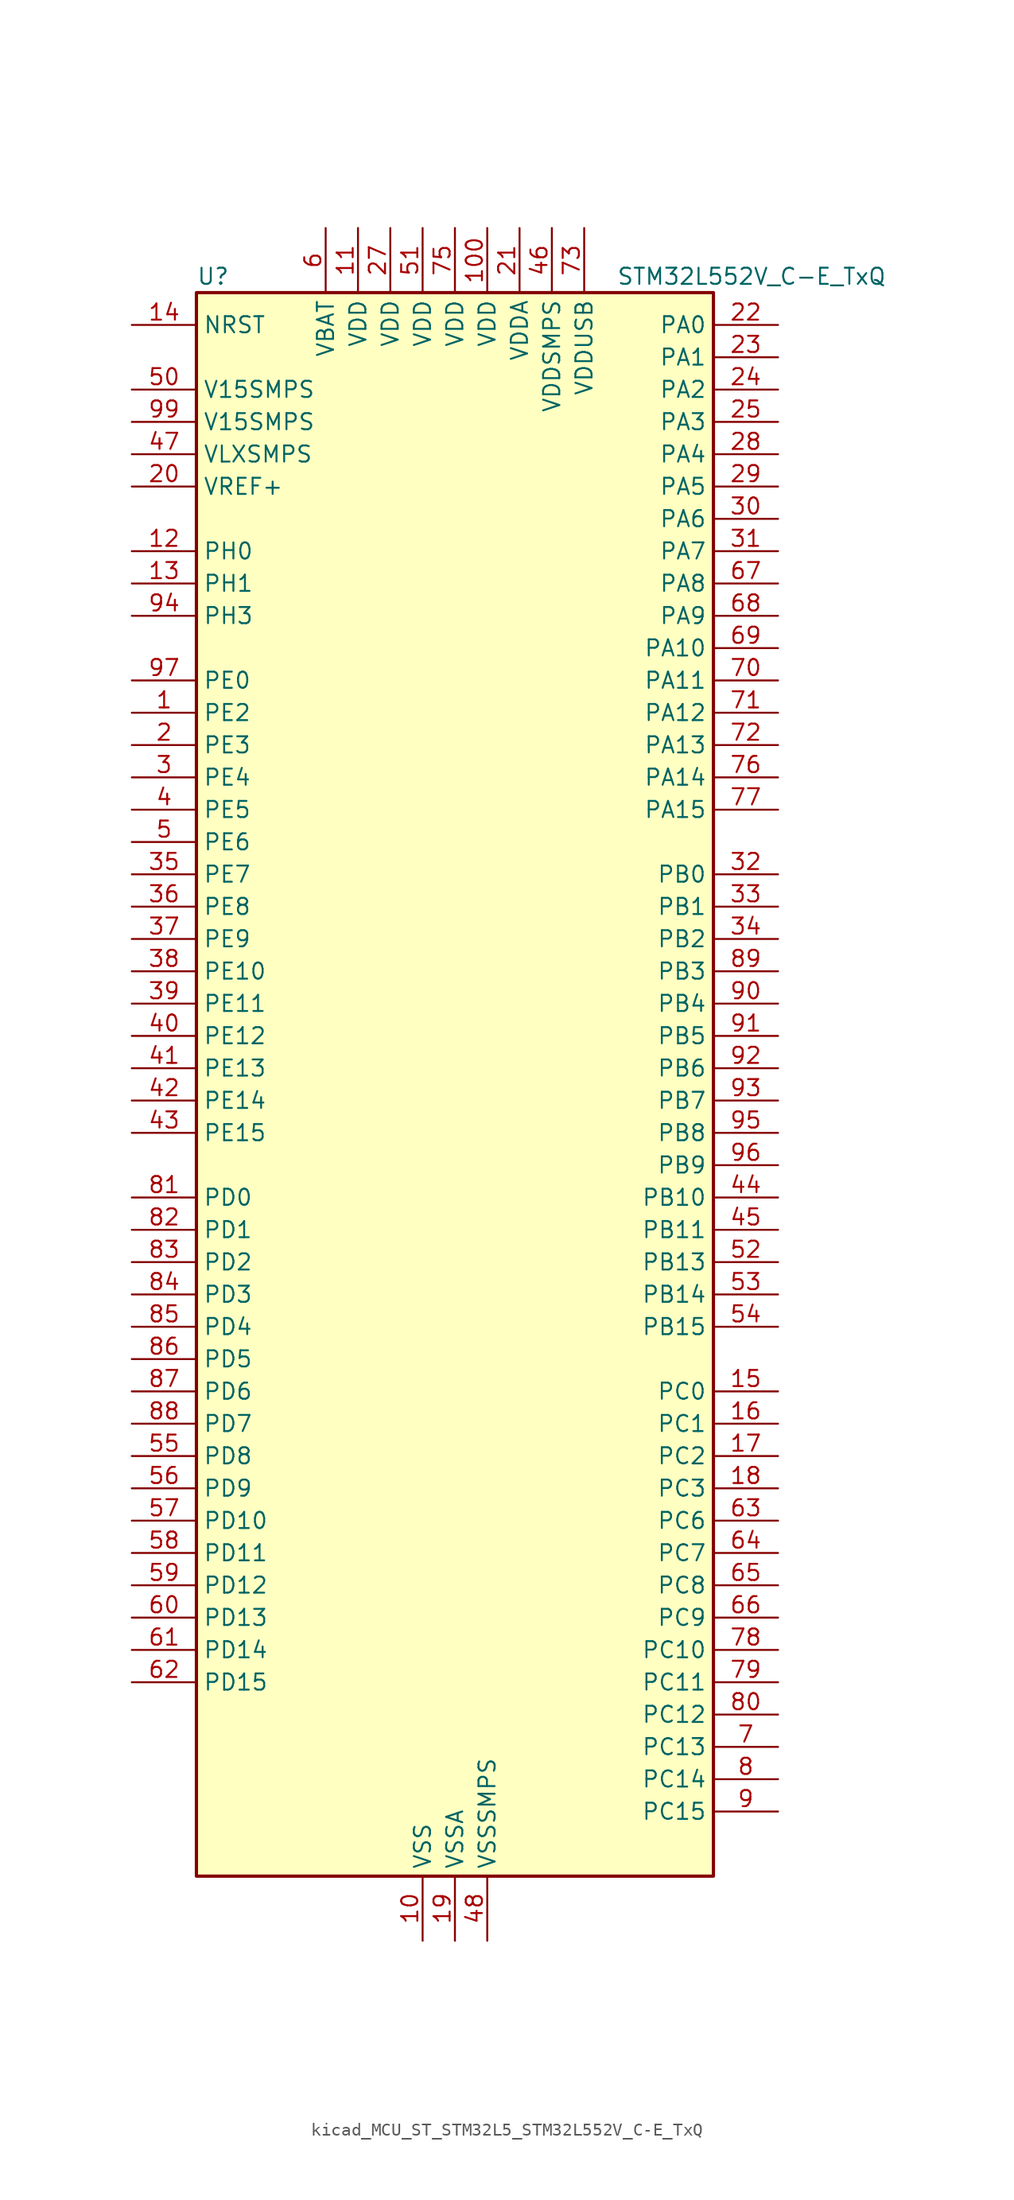
<source format=kicad_sym>
(kicad_symbol_lib
  (version 20220914)
  (generator kicad_symbol_editor)
  (symbol "kicad_MCU_ST_STM32L5_STM32L552V_C-E_TxQ"
    (property "Reference" "U"
      (at -20.32 64.77 0)
      (effects (font (size 1.27 1.27)) (justify left)))
    (property "Value" "STM32L552V_C-E_TxQ"
      (at 12.7 64.77 0)
      (effects (font (size 1.27 1.27)) (justify left)))
    (property "ki_locked" ""
      (at 0 0 0)
      (effects (font (size 1.27 1.27))))
    (symbol "kicad_MCU_ST_STM32L5_STM32L552V_C-E_TxQ_0_1"
      (rectangle (start -20.32 -60.96) (end 20.32 63.5) (stroke (width 0.254) (type default)) (fill (type background))))
    (symbol "kicad_MCU_ST_STM32L5_STM32L552V_C-E_TxQ_1_1"
      (pin bidirectional line (at -25.4 30.48 0) (length 5.08) (name "PE2" (effects (font (size 1.27 1.27)))) (number "1" (effects (font (size 1.27 1.27)))) (alternate "DEBUG_TRACECLK" bidirectional line) (alternate "FMC_A23" bidirectional line) (alternate "SAI1_CK1" bidirectional line) (alternate "SAI1_MCLK_A" bidirectional line) (alternate "TIM3_ETR" bidirectional line) (alternate "TSC_G7_IO1" bidirectional line))
      (pin power_in line (at -2.54 -66.04 90) (length 5.08) (name "VSS" (effects (font (size 1.27 1.27)))) (number "10" (effects (font (size 1.27 1.27)))))
      (pin power_in line (at 2.54 68.58 270) (length 5.08) (name "VDD" (effects (font (size 1.27 1.27)))) (number "100" (effects (font (size 1.27 1.27)))))
      (pin power_in line (at -7.62 68.58 270) (length 5.08) (name "VDD" (effects (font (size 1.27 1.27)))) (number "11" (effects (font (size 1.27 1.27)))))
      (pin bidirectional line (at -25.4 43.18 0) (length 5.08) (name "PH0" (effects (font (size 1.27 1.27)))) (number "12" (effects (font (size 1.27 1.27)))) (alternate "RCC_OSC_IN" bidirectional line))
      (pin bidirectional line (at -25.4 40.64 0) (length 5.08) (name "PH1" (effects (font (size 1.27 1.27)))) (number "13" (effects (font (size 1.27 1.27)))) (alternate "RCC_OSC_OUT" bidirectional line))
      (pin input line (at -25.4 60.96 0) (length 5.08) (name "NRST" (effects (font (size 1.27 1.27)))) (number "14" (effects (font (size 1.27 1.27)))))
      (pin bidirectional line (at 25.4 -22.86 180) (length 5.08) (name "PC0" (effects (font (size 1.27 1.27)))) (number "15" (effects (font (size 1.27 1.27)))) (alternate "ADC1_IN1" bidirectional line) (alternate "ADC2_IN1" bidirectional line) (alternate "I2C3_SCL" bidirectional line) (alternate "LPTIM1_IN1" bidirectional line) (alternate "LPTIM2_IN1" bidirectional line) (alternate "LPUART1_RX" bidirectional line) (alternate "OCTOSPI1_IO7" bidirectional line) (alternate "SAI2_FS_A" bidirectional line) (alternate "SDMMC1_D5" bidirectional line))
      (pin bidirectional line (at 25.4 -25.4 180) (length 5.08) (name "PC1" (effects (font (size 1.27 1.27)))) (number "16" (effects (font (size 1.27 1.27)))) (alternate "ADC1_IN2" bidirectional line) (alternate "ADC2_IN2" bidirectional line) (alternate "DEBUG_TRACED0" bidirectional line) (alternate "I2C3_SDA" bidirectional line) (alternate "LPTIM1_OUT" bidirectional line) (alternate "LPUART1_TX" bidirectional line) (alternate "OCTOSPI1_IO4" bidirectional line) (alternate "SAI1_SD_A" bidirectional line) (alternate "SPI2_MOSI" bidirectional line))
      (pin bidirectional line (at 25.4 -27.94 180) (length 5.08) (name "PC2" (effects (font (size 1.27 1.27)))) (number "17" (effects (font (size 1.27 1.27)))) (alternate "ADC1_IN3" bidirectional line) (alternate "ADC2_IN3" bidirectional line) (alternate "DFSDM1_CKOUT" bidirectional line) (alternate "LPTIM1_IN2" bidirectional line) (alternate "OCTOSPI1_IO5" bidirectional line) (alternate "SPI2_MISO" bidirectional line))
      (pin bidirectional line (at 25.4 -30.48 180) (length 5.08) (name "PC3" (effects (font (size 1.27 1.27)))) (number "18" (effects (font (size 1.27 1.27)))) (alternate "ADC1_IN4" bidirectional line) (alternate "ADC2_IN4" bidirectional line) (alternate "LPTIM1_ETR" bidirectional line) (alternate "LPTIM2_ETR" bidirectional line) (alternate "LPTIM3_OUT" bidirectional line) (alternate "OCTOSPI1_IO6" bidirectional line) (alternate "SAI1_D1" bidirectional line) (alternate "SAI1_SD_A" bidirectional line) (alternate "SPI2_MOSI" bidirectional line))
      (pin power_in line (at 0 -66.04 90) (length 5.08) (name "VSSA" (effects (font (size 1.27 1.27)))) (number "19" (effects (font (size 1.27 1.27)))))
      (pin bidirectional line (at -25.4 27.94 0) (length 5.08) (name "PE3" (effects (font (size 1.27 1.27)))) (number "2" (effects (font (size 1.27 1.27)))) (alternate "DEBUG_TRACED0" bidirectional line) (alternate "FMC_A19" bidirectional line) (alternate "OCTOSPI1_DQS" bidirectional line) (alternate "SAI1_SD_B" bidirectional line) (alternate "TIM3_CH1" bidirectional line) (alternate "TSC_G7_IO2" bidirectional line))
      (pin input line (at -25.4 48.26 0) (length 5.08) (name "VREF+" (effects (font (size 1.27 1.27)))) (number "20" (effects (font (size 1.27 1.27)))))
      (pin power_in line (at 5.08 68.58 270) (length 5.08) (name "VDDA" (effects (font (size 1.27 1.27)))) (number "21" (effects (font (size 1.27 1.27)))))
      (pin bidirectional line (at 25.4 60.96 180) (length 5.08) (name "PA0" (effects (font (size 1.27 1.27)))) (number "22" (effects (font (size 1.27 1.27)))) (alternate "ADC1_IN5" bidirectional line) (alternate "ADC2_IN5" bidirectional line) (alternate "OPAMP1_VINP" bidirectional line) (alternate "PWR_WKUP1" bidirectional line) (alternate "SAI1_EXTCLK" bidirectional line) (alternate "TAMP_IN2" bidirectional line) (alternate "TAMP_OUT1" bidirectional line) (alternate "TIM2_CH1" bidirectional line) (alternate "TIM2_ETR" bidirectional line) (alternate "TIM5_CH1" bidirectional line) (alternate "TIM8_ETR" bidirectional line) (alternate "UART4_TX" bidirectional line) (alternate "USART2_CTS" bidirectional line) (alternate "USART2_NSS" bidirectional line))
      (pin bidirectional line (at 25.4 58.42 180) (length 5.08) (name "PA1" (effects (font (size 1.27 1.27)))) (number "23" (effects (font (size 1.27 1.27)))) (alternate "ADC1_IN6" bidirectional line) (alternate "ADC2_IN6" bidirectional line) (alternate "I2C1_SMBA" bidirectional line) (alternate "OCTOSPI1_DQS" bidirectional line) (alternate "OPAMP1_VINM" bidirectional line) (alternate "SPI1_SCK" bidirectional line) (alternate "TAMP_IN5" bidirectional line) (alternate "TAMP_OUT4" bidirectional line) (alternate "TIM15_CH1N" bidirectional line) (alternate "TIM2_CH2" bidirectional line) (alternate "TIM5_CH2" bidirectional line) (alternate "UART4_RX" bidirectional line) (alternate "USART2_DE" bidirectional line) (alternate "USART2_RTS" bidirectional line))
      (pin bidirectional line (at 25.4 55.88 180) (length 5.08) (name "PA2" (effects (font (size 1.27 1.27)))) (number "24" (effects (font (size 1.27 1.27)))) (alternate "ADC1_IN7" bidirectional line) (alternate "ADC2_IN7" bidirectional line) (alternate "COMP1_INP" bidirectional line) (alternate "LPUART1_TX" bidirectional line) (alternate "OCTOSPI1_NCS" bidirectional line) (alternate "PWR_WKUP4" bidirectional line) (alternate "RCC_LSCO" bidirectional line) (alternate "SAI2_EXTCLK" bidirectional line) (alternate "TIM15_CH1" bidirectional line) (alternate "TIM2_CH3" bidirectional line) (alternate "TIM5_CH3" bidirectional line) (alternate "UCPD1_FRSTX1" bidirectional line) (alternate "USART2_TX" bidirectional line))
      (pin bidirectional line (at 25.4 53.34 180) (length 5.08) (name "PA3" (effects (font (size 1.27 1.27)))) (number "25" (effects (font (size 1.27 1.27)))) (alternate "ADC1_IN8" bidirectional line) (alternate "ADC2_IN8" bidirectional line) (alternate "LPUART1_RX" bidirectional line) (alternate "OCTOSPI1_CLK" bidirectional line) (alternate "OPAMP1_VOUT" bidirectional line) (alternate "SAI1_CK1" bidirectional line) (alternate "SAI1_MCLK_A" bidirectional line) (alternate "TIM15_CH2" bidirectional line) (alternate "TIM2_CH4" bidirectional line) (alternate "TIM5_CH4" bidirectional line) (alternate "USART2_RX" bidirectional line))
      (pin passive line (at -2.54 -66.04 90) (length 5.08) hide (name "VSS" (effects (font (size 1.27 1.27)))) (number "26" (effects (font (size 1.27 1.27)))))
      (pin power_in line (at -5.08 68.58 270) (length 5.08) (name "VDD" (effects (font (size 1.27 1.27)))) (number "27" (effects (font (size 1.27 1.27)))))
      (pin bidirectional line (at 25.4 50.8 180) (length 5.08) (name "PA4" (effects (font (size 1.27 1.27)))) (number "28" (effects (font (size 1.27 1.27)))) (alternate "ADC1_IN9" bidirectional line) (alternate "ADC2_IN9" bidirectional line) (alternate "DAC1_OUT1" bidirectional line) (alternate "LPTIM2_OUT" bidirectional line) (alternate "OCTOSPI1_NCS" bidirectional line) (alternate "SAI1_FS_B" bidirectional line) (alternate "SPI1_NSS" bidirectional line) (alternate "SPI3_NSS" bidirectional line) (alternate "USART2_CK" bidirectional line))
      (pin bidirectional line (at 25.4 48.26 180) (length 5.08) (name "PA5" (effects (font (size 1.27 1.27)))) (number "29" (effects (font (size 1.27 1.27)))) (alternate "ADC1_IN10" bidirectional line) (alternate "ADC2_IN10" bidirectional line) (alternate "DAC1_OUT2" bidirectional line) (alternate "LPTIM2_ETR" bidirectional line) (alternate "SPI1_SCK" bidirectional line) (alternate "TIM2_CH1" bidirectional line) (alternate "TIM2_ETR" bidirectional line) (alternate "TIM8_CH1N" bidirectional line))
      (pin bidirectional line (at -25.4 25.4 0) (length 5.08) (name "PE4" (effects (font (size 1.27 1.27)))) (number "3" (effects (font (size 1.27 1.27)))) (alternate "DEBUG_TRACED1" bidirectional line) (alternate "DFSDM1_DATIN3" bidirectional line) (alternate "FMC_A20" bidirectional line) (alternate "SAI1_D2" bidirectional line) (alternate "SAI1_FS_A" bidirectional line) (alternate "TIM3_CH2" bidirectional line) (alternate "TSC_G7_IO3" bidirectional line))
      (pin bidirectional line (at 25.4 45.72 180) (length 5.08) (name "PA6" (effects (font (size 1.27 1.27)))) (number "30" (effects (font (size 1.27 1.27)))) (alternate "ADC1_IN11" bidirectional line) (alternate "ADC2_IN11" bidirectional line) (alternate "LPUART1_CTS" bidirectional line) (alternate "OCTOSPI1_IO3" bidirectional line) (alternate "OPAMP2_VINP" bidirectional line) (alternate "SPI1_MISO" bidirectional line) (alternate "TIM16_CH1" bidirectional line) (alternate "TIM1_BKIN" bidirectional line) (alternate "TIM3_CH1" bidirectional line) (alternate "TIM8_BKIN" bidirectional line) (alternate "USART3_CTS" bidirectional line) (alternate "USART3_NSS" bidirectional line))
      (pin bidirectional line (at 25.4 43.18 180) (length 5.08) (name "PA7" (effects (font (size 1.27 1.27)))) (number "31" (effects (font (size 1.27 1.27)))) (alternate "ADC1_IN12" bidirectional line) (alternate "ADC2_IN12" bidirectional line) (alternate "I2C3_SCL" bidirectional line) (alternate "OCTOSPI1_IO2" bidirectional line) (alternate "OPAMP2_VINM" bidirectional line) (alternate "SPI1_MOSI" bidirectional line) (alternate "TIM17_CH1" bidirectional line) (alternate "TIM1_CH1N" bidirectional line) (alternate "TIM3_CH2" bidirectional line) (alternate "TIM8_CH1N" bidirectional line))
      (pin bidirectional line (at 25.4 17.78 180) (length 5.08) (name "PB0" (effects (font (size 1.27 1.27)))) (number "32" (effects (font (size 1.27 1.27)))) (alternate "ADC1_IN15" bidirectional line) (alternate "ADC2_IN15" bidirectional line) (alternate "COMP1_OUT" bidirectional line) (alternate "OCTOSPI1_IO1" bidirectional line) (alternate "OPAMP2_VOUT" bidirectional line) (alternate "SAI1_EXTCLK" bidirectional line) (alternate "SPI1_NSS" bidirectional line) (alternate "TIM1_CH2N" bidirectional line) (alternate "TIM3_CH3" bidirectional line) (alternate "TIM8_CH2N" bidirectional line) (alternate "USART3_CK" bidirectional line))
      (pin bidirectional line (at 25.4 15.24 180) (length 5.08) (name "PB1" (effects (font (size 1.27 1.27)))) (number "33" (effects (font (size 1.27 1.27)))) (alternate "ADC1_IN16" bidirectional line) (alternate "ADC2_IN16" bidirectional line) (alternate "COMP1_INM" bidirectional line) (alternate "DFSDM1_DATIN0" bidirectional line) (alternate "LPTIM2_IN1" bidirectional line) (alternate "LPUART1_DE" bidirectional line) (alternate "LPUART1_RTS" bidirectional line) (alternate "OCTOSPI1_IO0" bidirectional line) (alternate "TIM1_CH3N" bidirectional line) (alternate "TIM3_CH4" bidirectional line) (alternate "TIM8_CH3N" bidirectional line) (alternate "USART3_DE" bidirectional line) (alternate "USART3_RTS" bidirectional line))
      (pin bidirectional line (at 25.4 12.7 180) (length 5.08) (name "PB2" (effects (font (size 1.27 1.27)))) (number "34" (effects (font (size 1.27 1.27)))) (alternate "COMP1_INP" bidirectional line) (alternate "DFSDM1_CKIN0" bidirectional line) (alternate "I2C3_SMBA" bidirectional line) (alternate "LPTIM1_OUT" bidirectional line) (alternate "OCTOSPI1_DQS" bidirectional line) (alternate "RTC_OUT2" bidirectional line) (alternate "UCPD1_FRSTX1" bidirectional line))
      (pin bidirectional line (at -25.4 17.78 0) (length 5.08) (name "PE7" (effects (font (size 1.27 1.27)))) (number "35" (effects (font (size 1.27 1.27)))) (alternate "DFSDM1_DATIN2" bidirectional line) (alternate "FMC_D4" bidirectional line) (alternate "FMC_DA4" bidirectional line) (alternate "SAI1_SD_B" bidirectional line) (alternate "TIM1_ETR" bidirectional line))
      (pin bidirectional line (at -25.4 15.24 0) (length 5.08) (name "PE8" (effects (font (size 1.27 1.27)))) (number "36" (effects (font (size 1.27 1.27)))) (alternate "DFSDM1_CKIN2" bidirectional line) (alternate "FMC_D5" bidirectional line) (alternate "FMC_DA5" bidirectional line) (alternate "SAI1_SCK_B" bidirectional line) (alternate "TIM1_CH1N" bidirectional line))
      (pin bidirectional line (at -25.4 12.7 0) (length 5.08) (name "PE9" (effects (font (size 1.27 1.27)))) (number "37" (effects (font (size 1.27 1.27)))) (alternate "DAC1_EXTI9" bidirectional line) (alternate "DFSDM1_CKOUT" bidirectional line) (alternate "FMC_D6" bidirectional line) (alternate "FMC_DA6" bidirectional line) (alternate "OCTOSPI1_NCLK" bidirectional line) (alternate "SAI1_FS_B" bidirectional line) (alternate "TIM1_CH1" bidirectional line))
      (pin bidirectional line (at -25.4 10.16 0) (length 5.08) (name "PE10" (effects (font (size 1.27 1.27)))) (number "38" (effects (font (size 1.27 1.27)))) (alternate "FMC_D7" bidirectional line) (alternate "FMC_DA7" bidirectional line) (alternate "OCTOSPI1_CLK" bidirectional line) (alternate "SAI1_MCLK_B" bidirectional line) (alternate "TIM1_CH2N" bidirectional line) (alternate "TSC_G5_IO1" bidirectional line))
      (pin bidirectional line (at -25.4 7.62 0) (length 5.08) (name "PE11" (effects (font (size 1.27 1.27)))) (number "39" (effects (font (size 1.27 1.27)))) (alternate "ADC1_EXTI11" bidirectional line) (alternate "ADC2_EXTI11" bidirectional line) (alternate "FMC_D8" bidirectional line) (alternate "FMC_DA8" bidirectional line) (alternate "OCTOSPI1_NCS" bidirectional line) (alternate "TIM1_CH2" bidirectional line) (alternate "TSC_G5_IO2" bidirectional line))
      (pin bidirectional line (at -25.4 22.86 0) (length 5.08) (name "PE5" (effects (font (size 1.27 1.27)))) (number "4" (effects (font (size 1.27 1.27)))) (alternate "DEBUG_TRACED2" bidirectional line) (alternate "DFSDM1_CKIN3" bidirectional line) (alternate "FMC_A21" bidirectional line) (alternate "SAI1_CK2" bidirectional line) (alternate "SAI1_SCK_A" bidirectional line) (alternate "TIM3_CH3" bidirectional line) (alternate "TSC_G7_IO4" bidirectional line))
      (pin bidirectional line (at -25.4 5.08 0) (length 5.08) (name "PE12" (effects (font (size 1.27 1.27)))) (number "40" (effects (font (size 1.27 1.27)))) (alternate "FMC_D9" bidirectional line) (alternate "FMC_DA9" bidirectional line) (alternate "OCTOSPI1_IO0" bidirectional line) (alternate "SPI1_NSS" bidirectional line) (alternate "TIM1_CH3N" bidirectional line) (alternate "TSC_G5_IO3" bidirectional line))
      (pin bidirectional line (at -25.4 2.54 0) (length 5.08) (name "PE13" (effects (font (size 1.27 1.27)))) (number "41" (effects (font (size 1.27 1.27)))) (alternate "FMC_D10" bidirectional line) (alternate "FMC_DA10" bidirectional line) (alternate "OCTOSPI1_IO1" bidirectional line) (alternate "SPI1_SCK" bidirectional line) (alternate "TIM1_CH3" bidirectional line) (alternate "TSC_G5_IO4" bidirectional line))
      (pin bidirectional line (at -25.4 0 0) (length 5.08) (name "PE14" (effects (font (size 1.27 1.27)))) (number "42" (effects (font (size 1.27 1.27)))) (alternate "FMC_D11" bidirectional line) (alternate "FMC_DA11" bidirectional line) (alternate "OCTOSPI1_IO2" bidirectional line) (alternate "SPI1_MISO" bidirectional line) (alternate "TIM1_BKIN2" bidirectional line) (alternate "TIM1_CH4" bidirectional line))
      (pin bidirectional line (at -25.4 -2.54 0) (length 5.08) (name "PE15" (effects (font (size 1.27 1.27)))) (number "43" (effects (font (size 1.27 1.27)))) (alternate "ADC1_EXTI15" bidirectional line) (alternate "ADC2_EXTI15" bidirectional line) (alternate "FMC_D12" bidirectional line) (alternate "FMC_DA12" bidirectional line) (alternate "OCTOSPI1_IO3" bidirectional line) (alternate "SPI1_MOSI" bidirectional line) (alternate "TIM1_BKIN" bidirectional line))
      (pin bidirectional line (at 25.4 -7.62 180) (length 5.08) (name "PB10" (effects (font (size 1.27 1.27)))) (number "44" (effects (font (size 1.27 1.27)))) (alternate "COMP1_OUT" bidirectional line) (alternate "I2C2_SCL" bidirectional line) (alternate "I2C4_SCL" bidirectional line) (alternate "LPTIM3_OUT" bidirectional line) (alternate "LPUART1_RX" bidirectional line) (alternate "OCTOSPI1_CLK" bidirectional line) (alternate "SAI1_SCK_A" bidirectional line) (alternate "SPI2_SCK" bidirectional line) (alternate "TIM2_CH3" bidirectional line) (alternate "TSC_SYNC" bidirectional line) (alternate "USART3_TX" bidirectional line))
      (pin bidirectional line (at 25.4 -10.16 180) (length 5.08) (name "PB11" (effects (font (size 1.27 1.27)))) (number "45" (effects (font (size 1.27 1.27)))) (alternate "ADC1_EXTI11" bidirectional line) (alternate "ADC2_EXTI11" bidirectional line) (alternate "COMP2_OUT" bidirectional line) (alternate "I2C2_SDA" bidirectional line) (alternate "I2C4_SDA" bidirectional line) (alternate "LPUART1_TX" bidirectional line) (alternate "OCTOSPI1_NCS" bidirectional line) (alternate "TIM2_CH4" bidirectional line) (alternate "USART3_RX" bidirectional line))
      (pin power_in line (at 7.62 68.58 270) (length 5.08) (name "VDDSMPS" (effects (font (size 1.27 1.27)))) (number "46" (effects (font (size 1.27 1.27)))))
      (pin power_in line (at -25.4 50.8 0) (length 5.08) (name "VLXSMPS" (effects (font (size 1.27 1.27)))) (number "47" (effects (font (size 1.27 1.27)))))
      (pin power_in line (at 2.54 -66.04 90) (length 5.08) (name "VSSSMPS" (effects (font (size 1.27 1.27)))) (number "48" (effects (font (size 1.27 1.27)))))
      (pin passive line (at -2.54 -66.04 90) (length 5.08) hide (name "VSS" (effects (font (size 1.27 1.27)))) (number "49" (effects (font (size 1.27 1.27)))))
      (pin bidirectional line (at -25.4 20.32 0) (length 5.08) (name "PE6" (effects (font (size 1.27 1.27)))) (number "5" (effects (font (size 1.27 1.27)))) (alternate "DEBUG_TRACED3" bidirectional line) (alternate "FMC_A22" bidirectional line) (alternate "PWR_WKUP3" bidirectional line) (alternate "SAI1_D1" bidirectional line) (alternate "SAI1_SD_A" bidirectional line) (alternate "TAMP_IN3" bidirectional line) (alternate "TAMP_OUT6" bidirectional line) (alternate "TIM3_CH4" bidirectional line))
      (pin power_in line (at -25.4 55.88 0) (length 5.08) (name "V15SMPS" (effects (font (size 1.27 1.27)))) (number "50" (effects (font (size 1.27 1.27)))))
      (pin power_in line (at -2.54 68.58 270) (length 5.08) (name "VDD" (effects (font (size 1.27 1.27)))) (number "51" (effects (font (size 1.27 1.27)))))
      (pin bidirectional line (at 25.4 -12.7 180) (length 5.08) (name "PB13" (effects (font (size 1.27 1.27)))) (number "52" (effects (font (size 1.27 1.27)))) (alternate "DFSDM1_CKIN1" bidirectional line) (alternate "I2C2_SCL" bidirectional line) (alternate "LPTIM3_IN1" bidirectional line) (alternate "LPUART1_CTS" bidirectional line) (alternate "SAI2_SCK_A" bidirectional line) (alternate "SPI2_SCK" bidirectional line) (alternate "TIM15_CH1N" bidirectional line) (alternate "TIM1_CH1N" bidirectional line) (alternate "TSC_G1_IO2" bidirectional line) (alternate "UCPD1_FRSTX2" bidirectional line) (alternate "USART3_CTS" bidirectional line) (alternate "USART3_NSS" bidirectional line))
      (pin bidirectional line (at 25.4 -15.24 180) (length 5.08) (name "PB14" (effects (font (size 1.27 1.27)))) (number "53" (effects (font (size 1.27 1.27)))) (alternate "DFSDM1_DATIN2" bidirectional line) (alternate "I2C2_SDA" bidirectional line) (alternate "LPTIM3_ETR" bidirectional line) (alternate "SAI2_MCLK_A" bidirectional line) (alternate "SPI2_MISO" bidirectional line) (alternate "TIM15_CH1" bidirectional line) (alternate "TIM1_CH2N" bidirectional line) (alternate "TIM8_CH2N" bidirectional line) (alternate "TSC_G1_IO3" bidirectional line) (alternate "UCPD1_DBCC2" bidirectional line) (alternate "USART3_DE" bidirectional line) (alternate "USART3_RTS" bidirectional line))
      (pin bidirectional line (at 25.4 -17.78 180) (length 5.08) (name "PB15" (effects (font (size 1.27 1.27)))) (number "54" (effects (font (size 1.27 1.27)))) (alternate "ADC1_EXTI15" bidirectional line) (alternate "ADC2_EXTI15" bidirectional line) (alternate "DFSDM1_CKIN2" bidirectional line) (alternate "RTC_REFIN" bidirectional line) (alternate "SAI2_SD_A" bidirectional line) (alternate "SPI2_MOSI" bidirectional line) (alternate "TIM15_CH2" bidirectional line) (alternate "TIM1_CH3N" bidirectional line) (alternate "TIM8_CH3N" bidirectional line) (alternate "UCPD1_CC2" bidirectional line))
      (pin bidirectional line (at -25.4 -27.94 0) (length 5.08) (name "PD8" (effects (font (size 1.27 1.27)))) (number "55" (effects (font (size 1.27 1.27)))) (alternate "FMC_D13" bidirectional line) (alternate "FMC_DA13" bidirectional line) (alternate "USART3_TX" bidirectional line))
      (pin bidirectional line (at -25.4 -30.48 0) (length 5.08) (name "PD9" (effects (font (size 1.27 1.27)))) (number "56" (effects (font (size 1.27 1.27)))) (alternate "DAC1_EXTI9" bidirectional line) (alternate "FMC_D14" bidirectional line) (alternate "FMC_DA14" bidirectional line) (alternate "SAI2_MCLK_A" bidirectional line) (alternate "USART3_RX" bidirectional line))
      (pin bidirectional line (at -25.4 -33.02 0) (length 5.08) (name "PD10" (effects (font (size 1.27 1.27)))) (number "57" (effects (font (size 1.27 1.27)))) (alternate "FMC_D15" bidirectional line) (alternate "FMC_DA15" bidirectional line) (alternate "SAI2_SCK_A" bidirectional line) (alternate "TSC_G6_IO1" bidirectional line) (alternate "USART3_CK" bidirectional line))
      (pin bidirectional line (at -25.4 -35.56 0) (length 5.08) (name "PD11" (effects (font (size 1.27 1.27)))) (number "58" (effects (font (size 1.27 1.27)))) (alternate "ADC1_EXTI11" bidirectional line) (alternate "ADC2_EXTI11" bidirectional line) (alternate "FMC_A16" bidirectional line) (alternate "FMC_CLE" bidirectional line) (alternate "I2C4_SMBA" bidirectional line) (alternate "LPTIM2_ETR" bidirectional line) (alternate "SAI2_SD_A" bidirectional line) (alternate "TSC_G6_IO2" bidirectional line) (alternate "USART3_CTS" bidirectional line) (alternate "USART3_NSS" bidirectional line))
      (pin bidirectional line (at -25.4 -38.1 0) (length 5.08) (name "PD12" (effects (font (size 1.27 1.27)))) (number "59" (effects (font (size 1.27 1.27)))) (alternate "FMC_A17" bidirectional line) (alternate "FMC_ALE" bidirectional line) (alternate "I2C4_SCL" bidirectional line) (alternate "LPTIM2_IN1" bidirectional line) (alternate "SAI2_FS_A" bidirectional line) (alternate "TIM4_CH1" bidirectional line) (alternate "TSC_G6_IO3" bidirectional line) (alternate "USART3_DE" bidirectional line) (alternate "USART3_RTS" bidirectional line))
      (pin power_in line (at -10.16 68.58 270) (length 5.08) (name "VBAT" (effects (font (size 1.27 1.27)))) (number "6" (effects (font (size 1.27 1.27)))))
      (pin bidirectional line (at -25.4 -40.64 0) (length 5.08) (name "PD13" (effects (font (size 1.27 1.27)))) (number "60" (effects (font (size 1.27 1.27)))) (alternate "FMC_A18" bidirectional line) (alternate "I2C4_SDA" bidirectional line) (alternate "LPTIM2_OUT" bidirectional line) (alternate "TIM4_CH2" bidirectional line) (alternate "TSC_G6_IO4" bidirectional line))
      (pin bidirectional line (at -25.4 -43.18 0) (length 5.08) (name "PD14" (effects (font (size 1.27 1.27)))) (number "61" (effects (font (size 1.27 1.27)))) (alternate "FMC_D0" bidirectional line) (alternate "FMC_DA0" bidirectional line) (alternate "TIM4_CH3" bidirectional line))
      (pin bidirectional line (at -25.4 -45.72 0) (length 5.08) (name "PD15" (effects (font (size 1.27 1.27)))) (number "62" (effects (font (size 1.27 1.27)))) (alternate "ADC1_EXTI15" bidirectional line) (alternate "ADC2_EXTI15" bidirectional line) (alternate "FMC_D1" bidirectional line) (alternate "FMC_DA1" bidirectional line) (alternate "TIM4_CH4" bidirectional line))
      (pin bidirectional line (at 25.4 -33.02 180) (length 5.08) (name "PC6" (effects (font (size 1.27 1.27)))) (number "63" (effects (font (size 1.27 1.27)))) (alternate "DFSDM1_CKIN3" bidirectional line) (alternate "SAI2_MCLK_A" bidirectional line) (alternate "SDMMC1_D0DIR" bidirectional line) (alternate "SDMMC1_D6" bidirectional line) (alternate "TIM3_CH1" bidirectional line) (alternate "TIM8_CH1" bidirectional line) (alternate "TSC_G4_IO1" bidirectional line))
      (pin bidirectional line (at 25.4 -35.56 180) (length 5.08) (name "PC7" (effects (font (size 1.27 1.27)))) (number "64" (effects (font (size 1.27 1.27)))) (alternate "DFSDM1_DATIN3" bidirectional line) (alternate "SAI2_MCLK_B" bidirectional line) (alternate "SDMMC1_D123DIR" bidirectional line) (alternate "SDMMC1_D7" bidirectional line) (alternate "TIM3_CH2" bidirectional line) (alternate "TIM8_CH2" bidirectional line) (alternate "TSC_G4_IO2" bidirectional line))
      (pin bidirectional line (at 25.4 -38.1 180) (length 5.08) (name "PC8" (effects (font (size 1.27 1.27)))) (number "65" (effects (font (size 1.27 1.27)))) (alternate "SDMMC1_D0" bidirectional line) (alternate "TIM3_CH3" bidirectional line) (alternate "TIM8_CH3" bidirectional line) (alternate "TSC_G4_IO3" bidirectional line))
      (pin bidirectional line (at 25.4 -40.64 180) (length 5.08) (name "PC9" (effects (font (size 1.27 1.27)))) (number "66" (effects (font (size 1.27 1.27)))) (alternate "DAC1_EXTI9" bidirectional line) (alternate "DEBUG_TRACED0" bidirectional line) (alternate "SAI2_EXTCLK" bidirectional line) (alternate "SDMMC1_D1" bidirectional line) (alternate "TIM3_CH4" bidirectional line) (alternate "TIM8_BKIN2" bidirectional line) (alternate "TIM8_CH4" bidirectional line) (alternate "TSC_G4_IO4" bidirectional line) (alternate "USB_NOE" bidirectional line))
      (pin bidirectional line (at 25.4 40.64 180) (length 5.08) (name "PA8" (effects (font (size 1.27 1.27)))) (number "67" (effects (font (size 1.27 1.27)))) (alternate "LPTIM2_OUT" bidirectional line) (alternate "RCC_MCO" bidirectional line) (alternate "SAI1_CK2" bidirectional line) (alternate "SAI1_SCK_A" bidirectional line) (alternate "TIM1_CH1" bidirectional line) (alternate "USART1_CK" bidirectional line))
      (pin bidirectional line (at 25.4 38.1 180) (length 5.08) (name "PA9" (effects (font (size 1.27 1.27)))) (number "68" (effects (font (size 1.27 1.27)))) (alternate "DAC1_EXTI9" bidirectional line) (alternate "SAI1_FS_A" bidirectional line) (alternate "SPI2_SCK" bidirectional line) (alternate "TIM15_BKIN" bidirectional line) (alternate "TIM1_CH2" bidirectional line) (alternate "USART1_TX" bidirectional line))
      (pin bidirectional line (at 25.4 35.56 180) (length 5.08) (name "PA10" (effects (font (size 1.27 1.27)))) (number "69" (effects (font (size 1.27 1.27)))) (alternate "CRS_SYNC" bidirectional line) (alternate "SAI1_D1" bidirectional line) (alternate "SAI1_SD_A" bidirectional line) (alternate "TIM17_BKIN" bidirectional line) (alternate "TIM1_CH3" bidirectional line) (alternate "USART1_RX" bidirectional line))
      (pin bidirectional line (at 25.4 -50.8 180) (length 5.08) (name "PC13" (effects (font (size 1.27 1.27)))) (number "7" (effects (font (size 1.27 1.27)))) (alternate "PWR_WKUP2" bidirectional line) (alternate "RTC_OUT1" bidirectional line) (alternate "RTC_TS" bidirectional line) (alternate "TAMP_IN1" bidirectional line) (alternate "TAMP_OUT2" bidirectional line))
      (pin bidirectional line (at 25.4 33.02 180) (length 5.08) (name "PA11" (effects (font (size 1.27 1.27)))) (number "70" (effects (font (size 1.27 1.27)))) (alternate "ADC1_EXTI11" bidirectional line) (alternate "ADC2_EXTI11" bidirectional line) (alternate "FDCAN1_RX" bidirectional line) (alternate "SPI1_MISO" bidirectional line) (alternate "TIM1_BKIN2" bidirectional line) (alternate "TIM1_CH4" bidirectional line) (alternate "USART1_CTS" bidirectional line) (alternate "USART1_NSS" bidirectional line) (alternate "USB_DM" bidirectional line))
      (pin bidirectional line (at 25.4 30.48 180) (length 5.08) (name "PA12" (effects (font (size 1.27 1.27)))) (number "71" (effects (font (size 1.27 1.27)))) (alternate "FDCAN1_TX" bidirectional line) (alternate "SPI1_MOSI" bidirectional line) (alternate "TIM1_ETR" bidirectional line) (alternate "USART1_DE" bidirectional line) (alternate "USART1_RTS" bidirectional line) (alternate "USB_DP" bidirectional line))
      (pin bidirectional line (at 25.4 27.94 180) (length 5.08) (name "PA13" (effects (font (size 1.27 1.27)))) (number "72" (effects (font (size 1.27 1.27)))) (alternate "DEBUG_JTMS-SWDIO" bidirectional line) (alternate "IR_OUT" bidirectional line) (alternate "SAI1_SD_B" bidirectional line) (alternate "USB_NOE" bidirectional line))
      (pin power_in line (at 10.16 68.58 270) (length 5.08) (name "VDDUSB" (effects (font (size 1.27 1.27)))) (number "73" (effects (font (size 1.27 1.27)))))
      (pin passive line (at -2.54 -66.04 90) (length 5.08) hide (name "VSS" (effects (font (size 1.27 1.27)))) (number "74" (effects (font (size 1.27 1.27)))))
      (pin power_in line (at 0 68.58 270) (length 5.08) (name "VDD" (effects (font (size 1.27 1.27)))) (number "75" (effects (font (size 1.27 1.27)))))
      (pin bidirectional line (at 25.4 25.4 180) (length 5.08) (name "PA14" (effects (font (size 1.27 1.27)))) (number "76" (effects (font (size 1.27 1.27)))) (alternate "DEBUG_JTCK-SWCLK" bidirectional line) (alternate "I2C1_SMBA" bidirectional line) (alternate "I2C4_SMBA" bidirectional line) (alternate "LPTIM1_OUT" bidirectional line) (alternate "SAI1_FS_B" bidirectional line))
      (pin bidirectional line (at 25.4 22.86 180) (length 5.08) (name "PA15" (effects (font (size 1.27 1.27)))) (number "77" (effects (font (size 1.27 1.27)))) (alternate "ADC1_EXTI15" bidirectional line) (alternate "ADC2_EXTI15" bidirectional line) (alternate "DEBUG_JTDI" bidirectional line) (alternate "SAI2_FS_B" bidirectional line) (alternate "SPI1_NSS" bidirectional line) (alternate "SPI3_NSS" bidirectional line) (alternate "TIM2_CH1" bidirectional line) (alternate "TIM2_ETR" bidirectional line) (alternate "UART4_DE" bidirectional line) (alternate "UART4_RTS" bidirectional line) (alternate "UCPD1_CC1" bidirectional line) (alternate "USART2_RX" bidirectional line) (alternate "USART3_DE" bidirectional line) (alternate "USART3_RTS" bidirectional line))
      (pin bidirectional line (at 25.4 -43.18 180) (length 5.08) (name "PC10" (effects (font (size 1.27 1.27)))) (number "78" (effects (font (size 1.27 1.27)))) (alternate "DEBUG_TRACED1" bidirectional line) (alternate "LPTIM3_ETR" bidirectional line) (alternate "SAI2_SCK_B" bidirectional line) (alternate "SDMMC1_D2" bidirectional line) (alternate "SPI3_SCK" bidirectional line) (alternate "TSC_G3_IO2" bidirectional line) (alternate "UART4_TX" bidirectional line) (alternate "USART3_TX" bidirectional line))
      (pin bidirectional line (at 25.4 -45.72 180) (length 5.08) (name "PC11" (effects (font (size 1.27 1.27)))) (number "79" (effects (font (size 1.27 1.27)))) (alternate "ADC1_EXTI11" bidirectional line) (alternate "ADC2_EXTI11" bidirectional line) (alternate "LPTIM3_IN1" bidirectional line) (alternate "OCTOSPI1_NCS" bidirectional line) (alternate "SAI2_MCLK_B" bidirectional line) (alternate "SDMMC1_D3" bidirectional line) (alternate "SPI3_MISO" bidirectional line) (alternate "TSC_G3_IO3" bidirectional line) (alternate "UART4_RX" bidirectional line) (alternate "UCPD1_FRSTX2" bidirectional line) (alternate "USART3_RX" bidirectional line))
      (pin bidirectional line (at 25.4 -53.34 180) (length 5.08) (name "PC14" (effects (font (size 1.27 1.27)))) (number "8" (effects (font (size 1.27 1.27)))) (alternate "RCC_OSC32_IN" bidirectional line))
      (pin bidirectional line (at 25.4 -48.26 180) (length 5.08) (name "PC12" (effects (font (size 1.27 1.27)))) (number "80" (effects (font (size 1.27 1.27)))) (alternate "DEBUG_TRACED3" bidirectional line) (alternate "SAI2_SD_B" bidirectional line) (alternate "SDMMC1_CK" bidirectional line) (alternate "SPI3_MOSI" bidirectional line) (alternate "TSC_G3_IO4" bidirectional line) (alternate "UART5_TX" bidirectional line) (alternate "USART3_CK" bidirectional line))
      (pin bidirectional line (at -25.4 -7.62 0) (length 5.08) (name "PD0" (effects (font (size 1.27 1.27)))) (number "81" (effects (font (size 1.27 1.27)))) (alternate "FDCAN1_RX" bidirectional line) (alternate "FMC_D2" bidirectional line) (alternate "FMC_DA2" bidirectional line) (alternate "SPI2_NSS" bidirectional line))
      (pin bidirectional line (at -25.4 -10.16 0) (length 5.08) (name "PD1" (effects (font (size 1.27 1.27)))) (number "82" (effects (font (size 1.27 1.27)))) (alternate "FDCAN1_TX" bidirectional line) (alternate "FMC_D3" bidirectional line) (alternate "FMC_DA3" bidirectional line) (alternate "SPI2_SCK" bidirectional line))
      (pin bidirectional line (at -25.4 -12.7 0) (length 5.08) (name "PD2" (effects (font (size 1.27 1.27)))) (number "83" (effects (font (size 1.27 1.27)))) (alternate "DEBUG_TRACED2" bidirectional line) (alternate "SDMMC1_CMD" bidirectional line) (alternate "TIM3_ETR" bidirectional line) (alternate "TSC_SYNC" bidirectional line) (alternate "UART5_RX" bidirectional line) (alternate "USART3_DE" bidirectional line) (alternate "USART3_RTS" bidirectional line))
      (pin bidirectional line (at -25.4 -15.24 0) (length 5.08) (name "PD3" (effects (font (size 1.27 1.27)))) (number "84" (effects (font (size 1.27 1.27)))) (alternate "DFSDM1_DATIN0" bidirectional line) (alternate "FMC_CLK" bidirectional line) (alternate "SPI2_MISO" bidirectional line) (alternate "SPI2_SCK" bidirectional line) (alternate "USART2_CTS" bidirectional line) (alternate "USART2_NSS" bidirectional line))
      (pin bidirectional line (at -25.4 -17.78 0) (length 5.08) (name "PD4" (effects (font (size 1.27 1.27)))) (number "85" (effects (font (size 1.27 1.27)))) (alternate "DFSDM1_CKIN0" bidirectional line) (alternate "FMC_NOE" bidirectional line) (alternate "OCTOSPI1_IO4" bidirectional line) (alternate "SPI2_MOSI" bidirectional line) (alternate "USART2_DE" bidirectional line) (alternate "USART2_RTS" bidirectional line))
      (pin bidirectional line (at -25.4 -20.32 0) (length 5.08) (name "PD5" (effects (font (size 1.27 1.27)))) (number "86" (effects (font (size 1.27 1.27)))) (alternate "FMC_NWE" bidirectional line) (alternate "OCTOSPI1_IO5" bidirectional line) (alternate "USART2_TX" bidirectional line))
      (pin bidirectional line (at -25.4 -22.86 0) (length 5.08) (name "PD6" (effects (font (size 1.27 1.27)))) (number "87" (effects (font (size 1.27 1.27)))) (alternate "DFSDM1_DATIN1" bidirectional line) (alternate "FMC_NWAIT" bidirectional line) (alternate "OCTOSPI1_IO6" bidirectional line) (alternate "SAI1_D1" bidirectional line) (alternate "SAI1_SD_A" bidirectional line) (alternate "SPI3_MOSI" bidirectional line) (alternate "USART2_RX" bidirectional line))
      (pin bidirectional line (at -25.4 -25.4 0) (length 5.08) (name "PD7" (effects (font (size 1.27 1.27)))) (number "88" (effects (font (size 1.27 1.27)))) (alternate "DFSDM1_CKIN1" bidirectional line) (alternate "FMC_NCE" bidirectional line) (alternate "FMC_NE1" bidirectional line) (alternate "OCTOSPI1_IO7" bidirectional line) (alternate "USART2_CK" bidirectional line))
      (pin bidirectional line (at 25.4 10.16 180) (length 5.08) (name "PB3" (effects (font (size 1.27 1.27)))) (number "89" (effects (font (size 1.27 1.27)))) (alternate "COMP2_INM" bidirectional line) (alternate "CRS_SYNC" bidirectional line) (alternate "DEBUG_JTDO-SWO" bidirectional line) (alternate "SAI1_SCK_B" bidirectional line) (alternate "SPI1_SCK" bidirectional line) (alternate "SPI3_SCK" bidirectional line) (alternate "TIM2_CH2" bidirectional line) (alternate "USART1_DE" bidirectional line) (alternate "USART1_RTS" bidirectional line))
      (pin bidirectional line (at 25.4 -55.88 180) (length 5.08) (name "PC15" (effects (font (size 1.27 1.27)))) (number "9" (effects (font (size 1.27 1.27)))) (alternate "ADC1_EXTI15" bidirectional line) (alternate "ADC2_EXTI15" bidirectional line) (alternate "RCC_OSC32_OUT" bidirectional line))
      (pin bidirectional line (at 25.4 7.62 180) (length 5.08) (name "PB4" (effects (font (size 1.27 1.27)))) (number "90" (effects (font (size 1.27 1.27)))) (alternate "COMP2_INP" bidirectional line) (alternate "DEBUG_JTRST" bidirectional line) (alternate "I2C3_SDA" bidirectional line) (alternate "SAI1_MCLK_B" bidirectional line) (alternate "SPI1_MISO" bidirectional line) (alternate "SPI3_MISO" bidirectional line) (alternate "TIM17_BKIN" bidirectional line) (alternate "TIM3_CH1" bidirectional line) (alternate "TSC_G2_IO1" bidirectional line) (alternate "UART5_DE" bidirectional line) (alternate "UART5_RTS" bidirectional line) (alternate "USART1_CTS" bidirectional line) (alternate "USART1_NSS" bidirectional line))
      (pin bidirectional line (at 25.4 5.08 180) (length 5.08) (name "PB5" (effects (font (size 1.27 1.27)))) (number "91" (effects (font (size 1.27 1.27)))) (alternate "COMP2_OUT" bidirectional line) (alternate "I2C1_SMBA" bidirectional line) (alternate "LPTIM1_IN1" bidirectional line) (alternate "OCTOSPI1_NCLK" bidirectional line) (alternate "SAI1_SD_B" bidirectional line) (alternate "SPI1_MOSI" bidirectional line) (alternate "SPI3_MOSI" bidirectional line) (alternate "TIM16_BKIN" bidirectional line) (alternate "TIM3_CH2" bidirectional line) (alternate "TSC_G2_IO2" bidirectional line) (alternate "UART5_CTS" bidirectional line) (alternate "UCPD1_DBCC1" bidirectional line) (alternate "USART1_CK" bidirectional line))
      (pin bidirectional line (at 25.4 2.54 180) (length 5.08) (name "PB6" (effects (font (size 1.27 1.27)))) (number "92" (effects (font (size 1.27 1.27)))) (alternate "COMP2_INP" bidirectional line) (alternate "I2C1_SCL" bidirectional line) (alternate "I2C4_SCL" bidirectional line) (alternate "LPTIM1_ETR" bidirectional line) (alternate "SAI1_FS_B" bidirectional line) (alternate "TIM16_CH1N" bidirectional line) (alternate "TIM4_CH1" bidirectional line) (alternate "TIM8_BKIN2" bidirectional line) (alternate "TSC_G2_IO3" bidirectional line) (alternate "USART1_TX" bidirectional line))
      (pin bidirectional line (at 25.4 0 180) (length 5.08) (name "PB7" (effects (font (size 1.27 1.27)))) (number "93" (effects (font (size 1.27 1.27)))) (alternate "COMP2_INM" bidirectional line) (alternate "FMC_NL" bidirectional line) (alternate "I2C1_SDA" bidirectional line) (alternate "I2C4_SDA" bidirectional line) (alternate "LPTIM1_IN2" bidirectional line) (alternate "PWR_PVD_IN" bidirectional line) (alternate "TIM17_CH1N" bidirectional line) (alternate "TIM4_CH2" bidirectional line) (alternate "TIM8_BKIN" bidirectional line) (alternate "TSC_G2_IO4" bidirectional line) (alternate "UART4_CTS" bidirectional line) (alternate "USART1_RX" bidirectional line))
      (pin bidirectional line (at -25.4 38.1 0) (length 5.08) (name "PH3" (effects (font (size 1.27 1.27)))) (number "94" (effects (font (size 1.27 1.27)))))
      (pin bidirectional line (at 25.4 -2.54 180) (length 5.08) (name "PB8" (effects (font (size 1.27 1.27)))) (number "95" (effects (font (size 1.27 1.27)))) (alternate "DFSDM1_CKOUT" bidirectional line) (alternate "FDCAN1_RX" bidirectional line) (alternate "I2C1_SCL" bidirectional line) (alternate "SAI1_CK1" bidirectional line) (alternate "SAI1_MCLK_A" bidirectional line) (alternate "SDMMC1_CKIN" bidirectional line) (alternate "SDMMC1_D4" bidirectional line) (alternate "TIM16_CH1" bidirectional line) (alternate "TIM4_CH3" bidirectional line))
      (pin bidirectional line (at 25.4 -5.08 180) (length 5.08) (name "PB9" (effects (font (size 1.27 1.27)))) (number "96" (effects (font (size 1.27 1.27)))) (alternate "DAC1_EXTI9" bidirectional line) (alternate "FDCAN1_TX" bidirectional line) (alternate "I2C1_SDA" bidirectional line) (alternate "IR_OUT" bidirectional line) (alternate "SAI1_D2" bidirectional line) (alternate "SAI1_FS_A" bidirectional line) (alternate "SDMMC1_CDIR" bidirectional line) (alternate "SDMMC1_D5" bidirectional line) (alternate "SPI2_NSS" bidirectional line) (alternate "TIM17_CH1" bidirectional line) (alternate "TIM4_CH4" bidirectional line))
      (pin bidirectional line (at -25.4 33.02 0) (length 5.08) (name "PE0" (effects (font (size 1.27 1.27)))) (number "97" (effects (font (size 1.27 1.27)))) (alternate "FMC_NBL0" bidirectional line) (alternate "TIM16_CH1" bidirectional line) (alternate "TIM4_ETR" bidirectional line))
      (pin passive line (at -2.54 -66.04 90) (length 5.08) hide (name "VSS" (effects (font (size 1.27 1.27)))) (number "98" (effects (font (size 1.27 1.27)))))
      (pin power_in line (at -25.4 53.34 0) (length 5.08) (name "V15SMPS" (effects (font (size 1.27 1.27)))) (number "99" (effects (font (size 1.27 1.27))))))))
</source>
